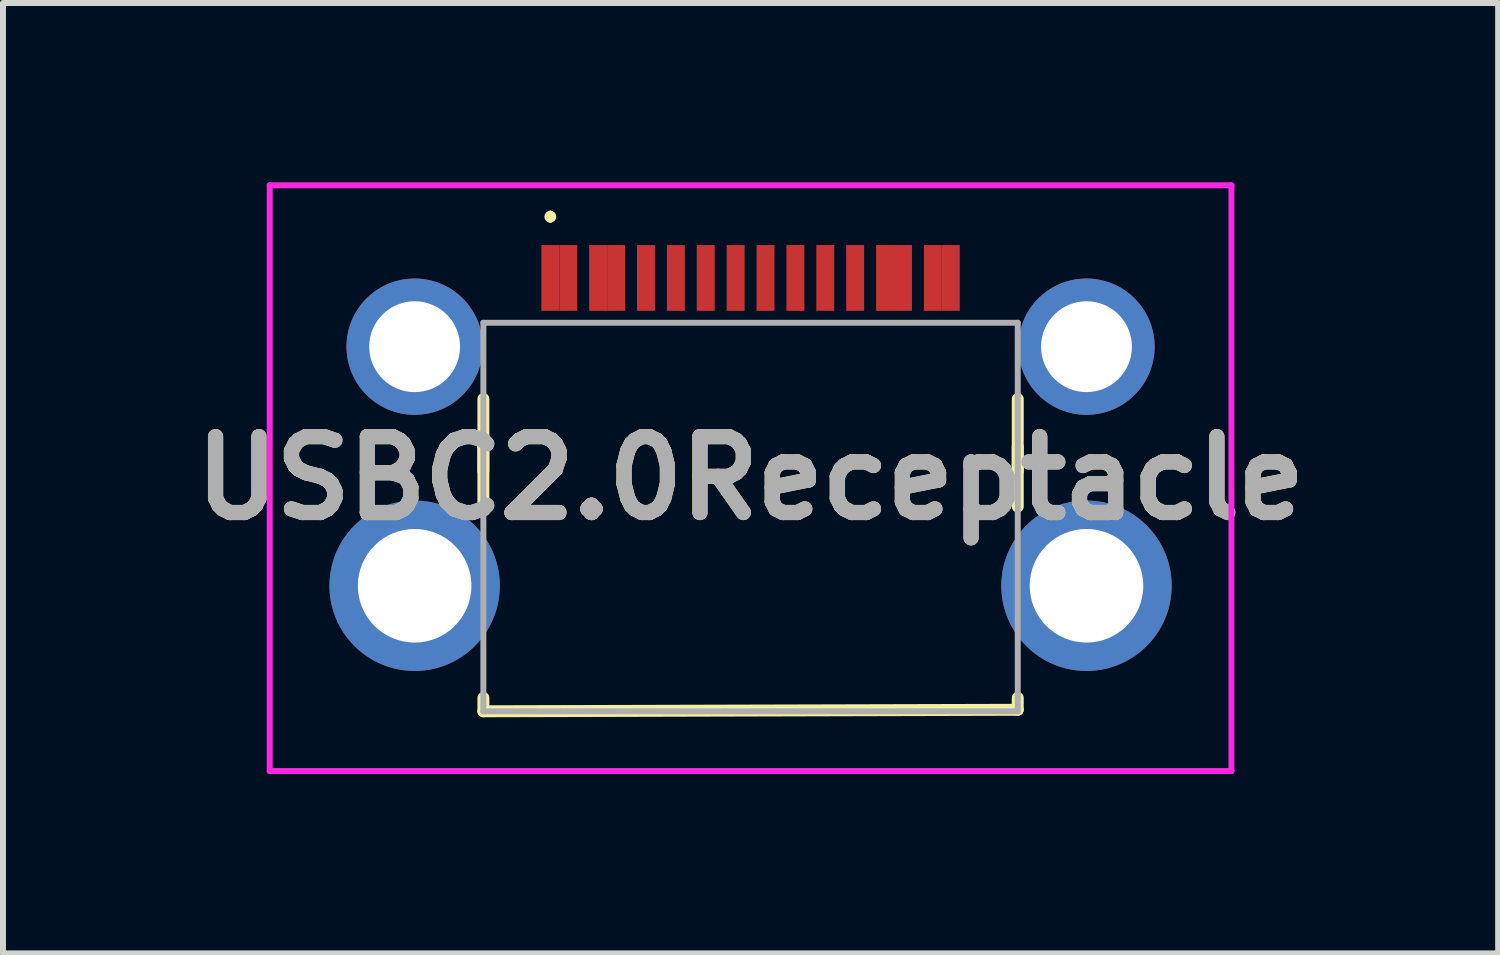
<source format=kicad_pcb>
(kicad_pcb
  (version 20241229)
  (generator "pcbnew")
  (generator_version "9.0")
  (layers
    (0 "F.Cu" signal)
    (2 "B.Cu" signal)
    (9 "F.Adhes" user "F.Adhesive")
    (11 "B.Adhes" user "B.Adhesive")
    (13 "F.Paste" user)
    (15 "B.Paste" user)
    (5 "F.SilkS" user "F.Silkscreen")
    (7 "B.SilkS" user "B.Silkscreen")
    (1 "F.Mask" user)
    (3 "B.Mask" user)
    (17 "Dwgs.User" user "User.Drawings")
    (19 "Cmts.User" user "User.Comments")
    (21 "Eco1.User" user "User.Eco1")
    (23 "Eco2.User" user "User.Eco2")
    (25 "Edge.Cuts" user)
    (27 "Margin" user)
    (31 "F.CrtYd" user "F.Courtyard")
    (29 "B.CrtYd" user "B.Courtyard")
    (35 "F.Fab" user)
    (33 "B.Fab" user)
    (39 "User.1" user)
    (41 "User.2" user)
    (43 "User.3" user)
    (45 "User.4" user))
  (footprint "USBC2.0Receptacle"
    (layer "F.Cu")
    (at 9.507 5.6)
    (property "Reference" "USBC2.0Receptacle" (at 0 -0.65 0) (layer "F.SilkS") (effects (font (size 1.27 1.27) (thickness 0.254))))
    (attr through_hole)
    (fp_line (start -4.47 -1.975) (end -4.47 -1.175) (stroke (width 0.2) (type solid)) (layer "F.SilkS"))
    (fp_line (start -4.47 -1.175) (end -4.47 -0.775) (stroke (width 0.2) (type solid)) (layer "F.SilkS"))
    (fp_line (start -4.47 -1.175) (end -4.47 -0.175) (stroke (width 0.2) (type solid)) (layer "F.SilkS"))
    (fp_line (start -4.47 3.025) (end -4.47 3.25) (stroke (width 0.2) (type solid)) (layer "F.SilkS"))
    (fp_line (start -4.47 3.25) (end 4.47 3.225) (stroke (width 0.2) (type solid)) (layer "F.SilkS"))
    (fp_line (start -3.35 -5.075) (end -3.35 -5.075) (stroke (width 0.1) (type solid)) (layer "F.SilkS"))
    (fp_line (start -3.35 -4.975) (end -3.35 -4.975) (stroke (width 0.1) (type solid)) (layer "F.SilkS"))
    (fp_line (start 4.47 -1.975) (end 4.47 -0.175) (stroke (width 0.2) (type solid)) (layer "F.SilkS"))
    (fp_line (start 4.47 -1.175) (end 4.47 -0.775) (stroke (width 0.2) (type solid)) (layer "F.SilkS"))
    (fp_line (start 4.47 3.225) (end 4.47 3.025) (stroke (width 0.2) (type solid)) (layer "F.SilkS"))
    (fp_arc (start -3.35 -5.075) (mid -3.3 -5.025) (end -3.35 -4.975) (stroke (width 0.1) (type solid)) (layer "F.SilkS"))
    (fp_arc (start -3.35 -4.975) (mid -3.4 -5.025) (end -3.35 -5.075) (stroke (width 0.1) (type solid)) (layer "F.SilkS"))
    (fp_line (start -8.045 -5.55) (end 8.045 -5.55) (stroke (width 0.1) (type solid)) (layer "F.CrtYd"))
    (fp_line (start -8.045 4.25) (end -8.045 -5.55) (stroke (width 0.1) (type solid)) (layer "F.CrtYd"))
    (fp_line (start 8.045 -5.55) (end 8.045 4.25) (stroke (width 0.1) (type solid)) (layer "F.CrtYd"))
    (fp_line (start 8.045 4.25) (end -8.045 4.25) (stroke (width 0.1) (type solid)) (layer "F.CrtYd"))
    (fp_line (start -4.47 -3.25) (end -4.47 3.25) (stroke (width 0.1) (type solid)) (layer "F.Fab"))
    (fp_line (start -4.47 3.25) (end 4.47 3.25) (stroke (width 0.1) (type solid)) (layer "F.Fab"))
    (fp_line (start 4.47 -3.25) (end -4.47 -3.25) (stroke (width 0.1) (type solid)) (layer "F.Fab"))
    (fp_line (start 4.47 3.25) (end 4.47 -3.25) (stroke (width 0.1) (type solid)) (layer "F.Fab"))
    (fp_text user "${REFERENCE}" (at 0 -0.65 0) (layer "F.Fab") (effects (font (size 1.27 1.27) (thickness 0.254))))
    (pad "A1" smd rect (at -3.35 -4) (size 0.3 1.1) (layers "F.Cu" "F.Mask" "F.Paste"))
    (pad "A4" smd rect (at -2.55 -4) (size 0.3 1.1) (layers "F.Cu" "F.Mask" "F.Paste"))
    (pad "A5" smd rect (at -1.25 -4) (size 0.3 1.1) (layers "F.Cu" "F.Mask" "F.Paste"))
    (pad "A6" smd rect (at -0.25 -4) (size 0.3 1.1) (layers "F.Cu" "F.Mask" "F.Paste"))
    (pad "A7" smd rect (at 0.25 -4) (size 0.3 1.1) (layers "F.Cu" "F.Mask" "F.Paste"))
    (pad "A8" smd rect (at 1.25 -4) (size 0.3 1.1) (layers "F.Cu" "F.Mask" "F.Paste"))
    (pad "A9" smd rect (at 2.55 -4) (size 0.3 1.1) (layers "F.Cu" "F.Mask" "F.Paste"))
    (pad "A12" smd rect (at 3.35 -4) (size 0.3 1.1) (layers "F.Cu" "F.Mask" "F.Paste"))
    (pad "B1" smd rect (at 3.05 -4) (size 0.3 1.1) (layers "F.Cu" "F.Mask" "F.Paste"))
    (pad "B4" smd rect (at 2.25 -4) (size 0.3 1.1) (layers "F.Cu" "F.Mask" "F.Paste"))
    (pad "B5" smd rect (at 1.75 -4) (size 0.3 1.1) (layers "F.Cu" "F.Mask" "F.Paste"))
    (pad "B6" smd rect (at 0.75 -4) (size 0.3 1.1) (layers "F.Cu" "F.Mask" "F.Paste"))
    (pad "B7" smd rect (at -0.75 -4) (size 0.3 1.1) (layers "F.Cu" "F.Mask" "F.Paste"))
    (pad "B8" smd rect (at -1.75 -4) (size 0.3 1.1) (layers "F.Cu" "F.Mask" "F.Paste"))
    (pad "B9" smd rect (at -2.25 -4) (size 0.3 1.1) (layers "F.Cu" "F.Mask" "F.Paste"))
    (pad "B12" smd rect (at -3.05 -4) (size 0.3 1.1) (layers "F.Cu" "F.Mask" "F.Paste"))
    (pad "MH1" thru_hole circle (at -5.62 -2.85) (size 2.28 2.28) (drill 1.52) (layers "*.Cu" "*.Mask"))
    (pad "MH2" thru_hole circle (at 5.62 -2.85) (size 2.28 2.28) (drill 1.52) (layers "*.Cu" "*.Mask"))
    (pad "MH3" thru_hole circle (at 5.62 1.15) (size 2.85 2.85) (drill 1.9) (layers "*.Cu" "*.Mask"))
    (pad "MH4" thru_hole circle (at -5.62 1.15) (size 2.85 2.85) (drill 1.9) (layers "*.Cu" "*.Mask")))
  (gr_rect
    (start -3 -3)
    (end 22.014 12.9)
    (stroke (width 0.1) (type default))
    (fill no)
    (layer "Edge.Cuts")))
</source>
